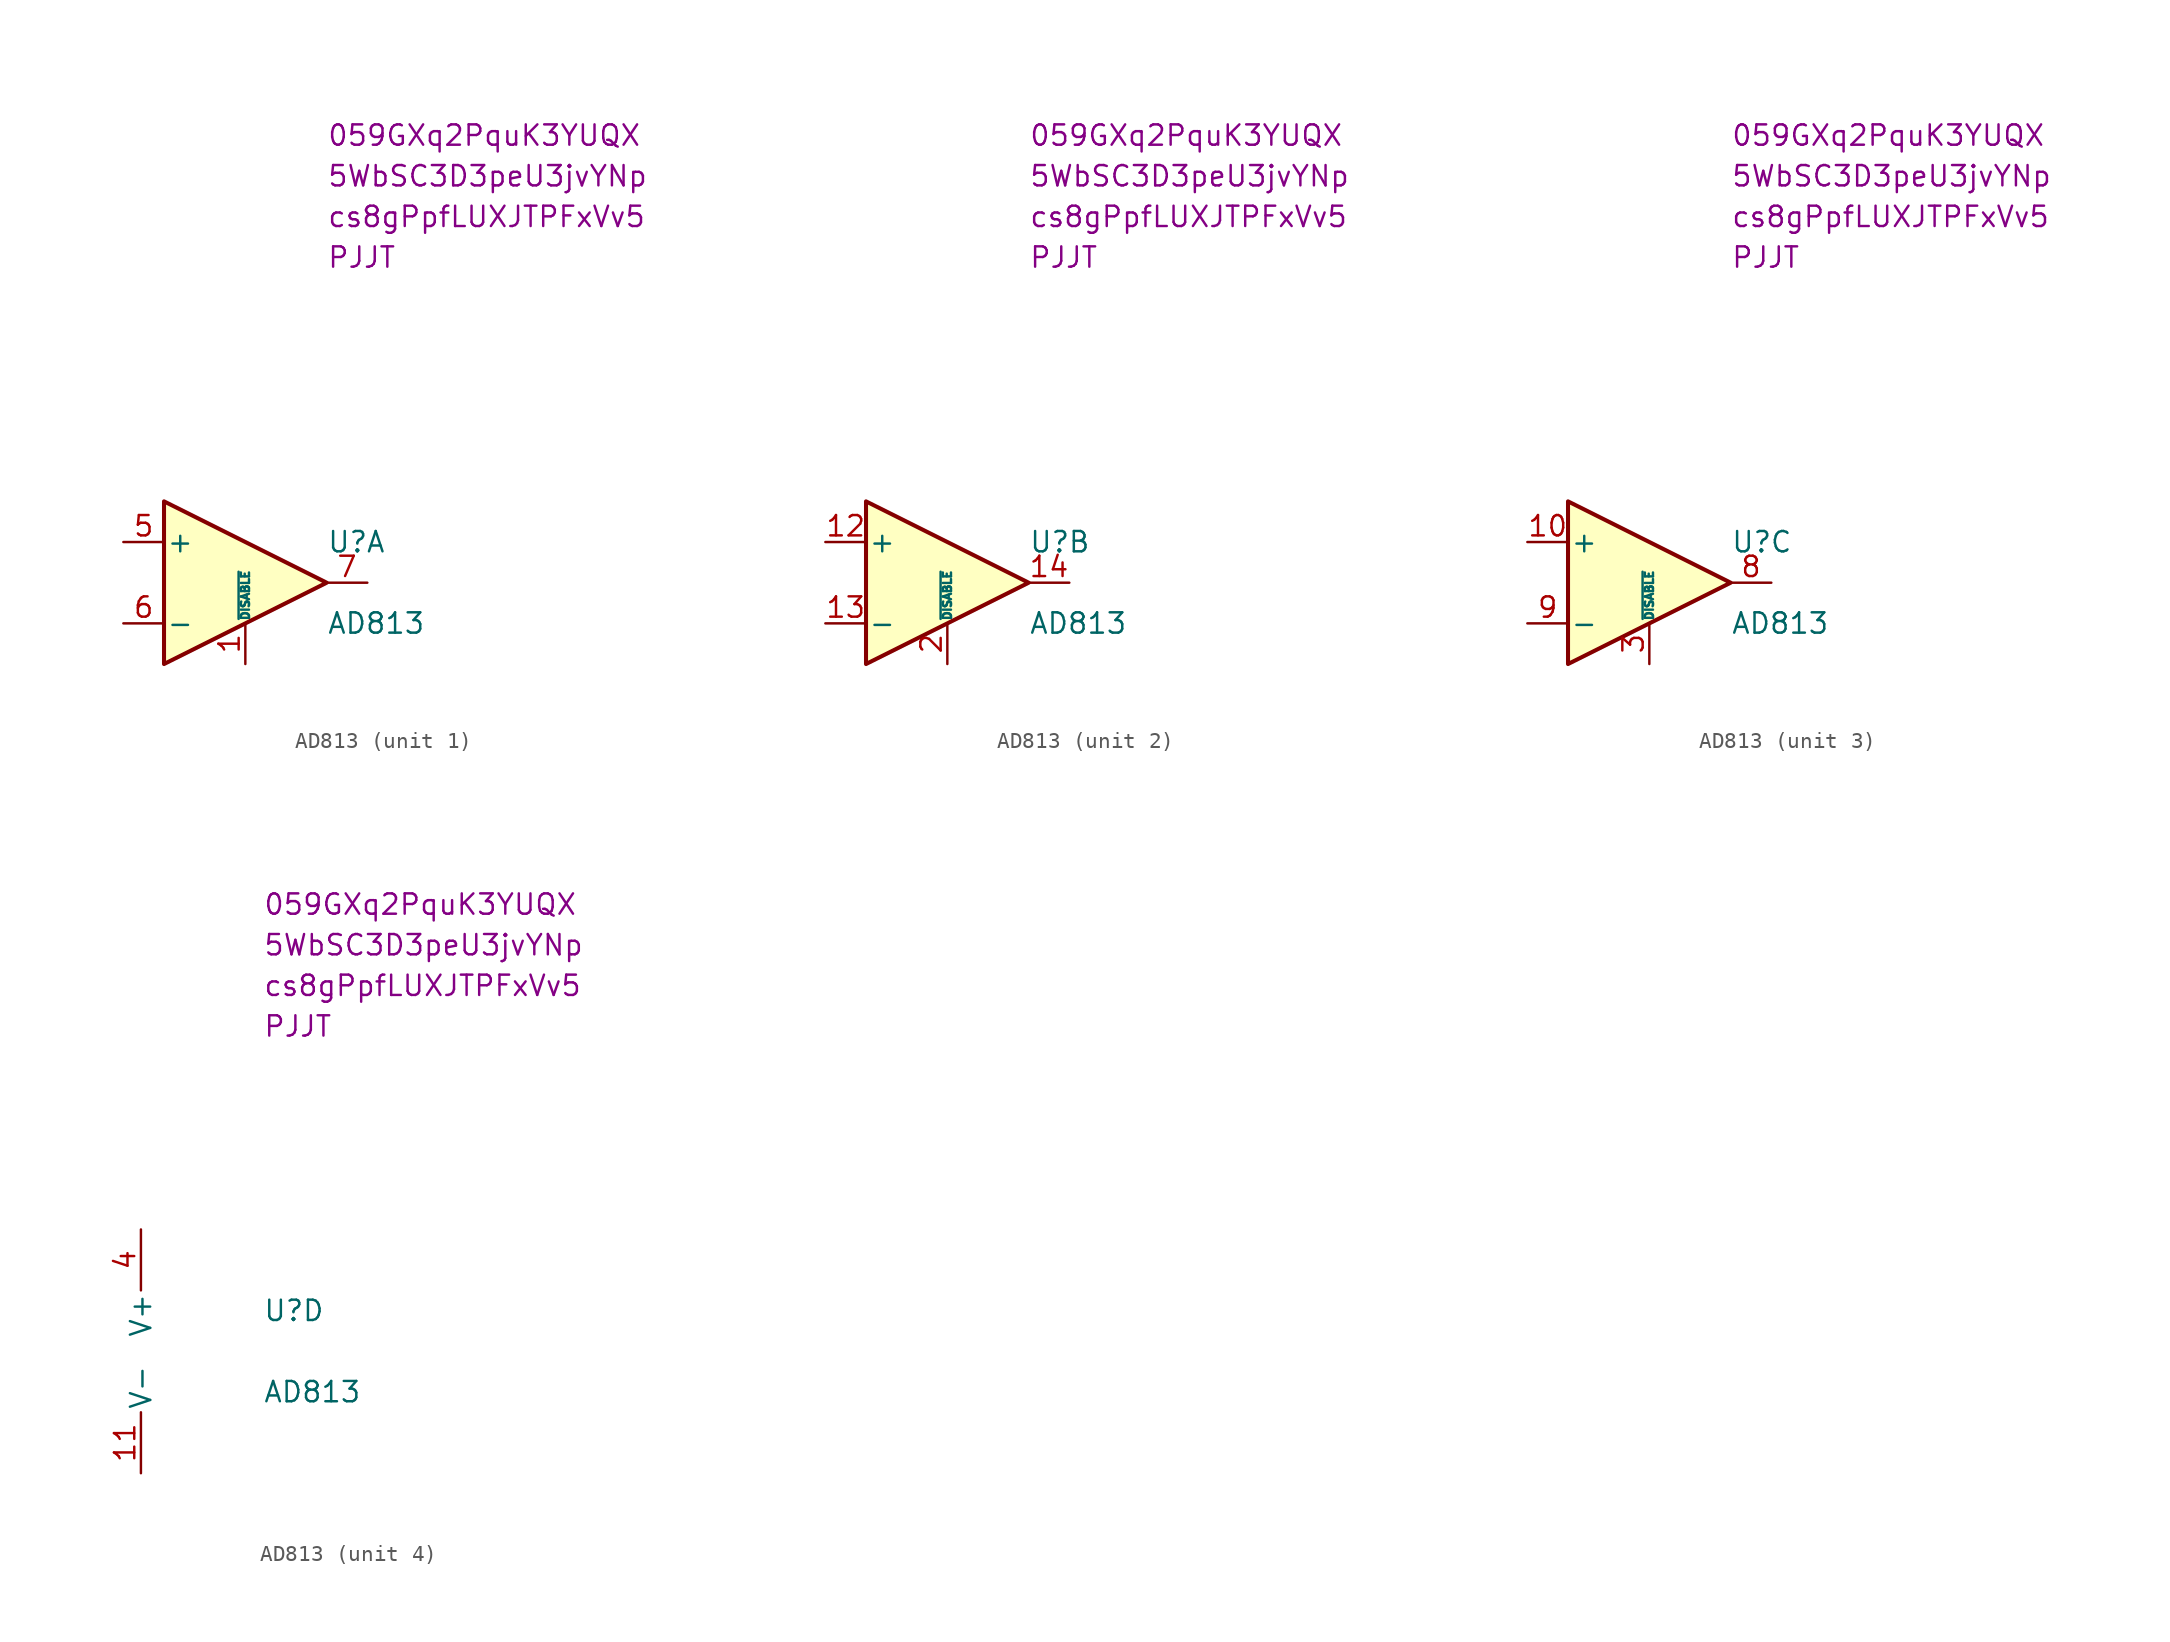
<source format=kicad_sym>
(kicad_symbol_lib
  (version 20201005)
  (generator kicad_symbol_editor)
  (symbol "Amplifier_Video:AD813"
    (pin_names
      (offset 0.127))
    (property "Reference" "U"
      (at 5.08 2.54 0)
      (effects (font (size 1.27 1.27)) (justify left)))
    (property "Value" "AD813"
      (at 5.08 -2.54 0)
      (effects (font (size 1.27 1.27)) (justify left)))
    (symbol "AD813_1_1"
      (polyline (pts (xy 5.08 0) (xy -5.08 5.08) (xy -5.08 -5.08) (xy 5.08 0)) (stroke (width 0.254)) (fill (type background)))
      (pin input line (at 0 -5.08 90) (length 2.54) (name "~DISABLE" (effects (font (size 0.508 0.508)))) (number "1" (effects (font (size 1.27 1.27)))))
      (pin input line (at -7.62 2.54 0) (length 2.54) (name "+" (effects (font (size 1.27 1.27)))) (number "5" (effects (font (size 1.27 1.27)))))
      (pin input line (at -7.62 -2.54 0) (length 2.54) (name "-" (effects (font (size 1.27 1.27)))) (number "6" (effects (font (size 1.27 1.27)))))
      (pin output line (at 7.62 0 180) (length 2.54) (name "~" (effects (font (size 1.27 1.27)))) (number "7" (effects (font (size 1.27 1.27))))))
    (symbol "AD813_2_1"
      (polyline (pts (xy 5.08 0) (xy -5.08 5.08) (xy -5.08 -5.08) (xy 5.08 0)) (stroke (width 0.254)) (fill (type background)))
      (pin input line (at -7.62 2.54 0) (length 2.54) (name "+" (effects (font (size 1.27 1.27)))) (number "12" (effects (font (size 1.27 1.27)))))
      (pin input line (at -7.62 -2.54 0) (length 2.54) (name "-" (effects (font (size 1.27 1.27)))) (number "13" (effects (font (size 1.27 1.27)))))
      (pin output line (at 7.62 0 180) (length 2.54) (name "~" (effects (font (size 1.27 1.27)))) (number "14" (effects (font (size 1.27 1.27)))))
      (pin input line (at 0 -5.08 90) (length 2.54) (name "~DISABLE" (effects (font (size 0.508 0.508)))) (number "2" (effects (font (size 1.27 1.27))))))
    (symbol "AD813_3_1"
      (polyline (pts (xy 5.08 0) (xy -5.08 5.08) (xy -5.08 -5.08) (xy 5.08 0)) (stroke (width 0.254)) (fill (type background)))
      (pin input line (at -7.62 2.54 0) (length 2.54) (name "+" (effects (font (size 1.27 1.27)))) (number "10" (effects (font (size 1.27 1.27)))))
      (pin input line (at 0 -5.08 90) (length 2.54) (name "~DISABLE" (effects (font (size 0.508 0.508)))) (number "3" (effects (font (size 1.27 1.27)))))
      (pin output line (at 7.62 0 180) (length 2.54) (name "~" (effects (font (size 1.27 1.27)))) (number "8" (effects (font (size 1.27 1.27)))))
      (pin input line (at -7.62 -2.54 0) (length 2.54) (name "-" (effects (font (size 1.27 1.27)))) (number "9" (effects (font (size 1.27 1.27))))))
    (symbol "AD813_4_1"
      (pin power_in line (at -2.54 -7.62 90) (length 3.81) (name "V-" (effects (font (size 1.27 1.27)))) (number "11" (effects (font (size 1.27 1.27)))))
      (pin power_in line (at -2.54 7.62 270) (length 3.81) (name "V+" (effects (font (size 1.27 1.27)))) (number "4" (effects (font (size 1.27 1.27))))))
    (property "zzz3" "PJJT"
      (at 5.08 20.32 0)
      (effects (font (size 1.27 1.27)) (justify left)))
    (property "zzzc" "cs8gPpfLUXJTPFxVv5"
      (at 5.08 22.86 0)
      (effects (font (size 1.27 1.27)) (justify left)))
    (property "zzzmiGt1o" "5WbSC3D3peU3jvYNp"
      (at 5.08 25.4 0)
      (effects (font (size 1.27 1.27)) (justify left)))
    (property "zzzr" "059GXq2PquK3YUQX"
      (at 5.08 27.94 0)
      (effects (font (size 1.27 1.27)) (justify left)))))
</source>
